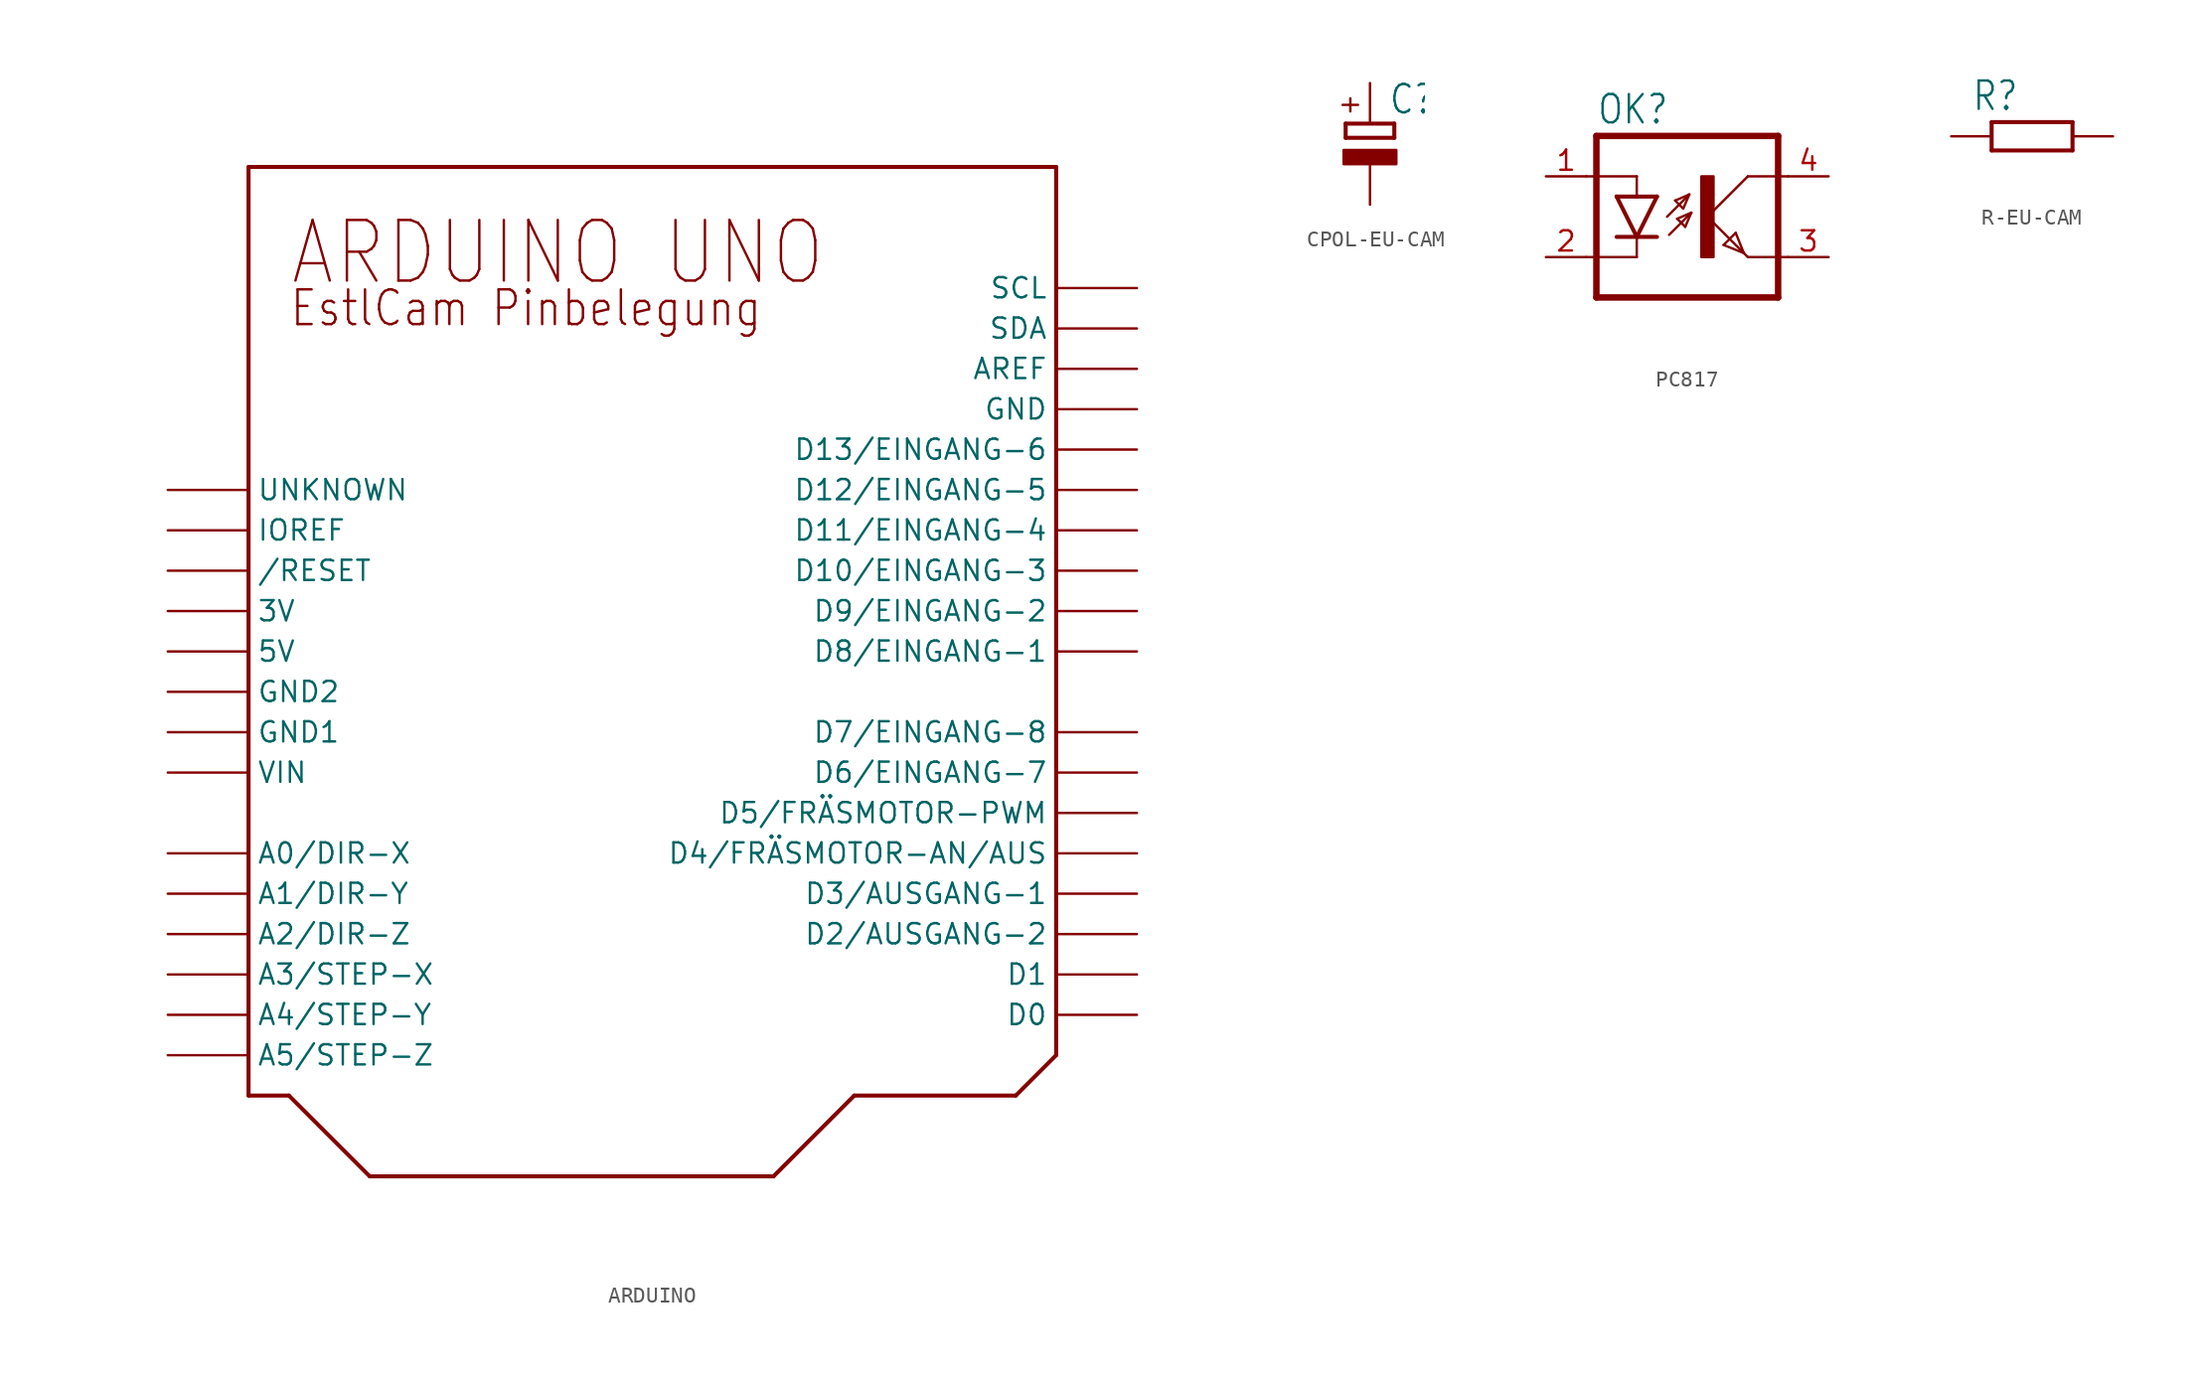
<source format=kicad_sym>
(kicad_symbol_lib
  (version 20220914)
  (generator kicad_symbol_editor)
  (symbol "ARDUINO"
    (property "Reference" "IC"
      (at 0 0 0)
      (effects (font (size 1.27 1.27)) hide))
    (property "ki_locked" ""
      (at 0 0 0)
      (effects (font (size 1.27 1.27))))
    (symbol "ARDUINO_1_0"
      (polyline (pts (xy -25.4 -27.94) (xy -22.86 -27.94)) (stroke (width 0.254) (type solid)) (fill (type none)))
      (polyline (pts (xy -25.4 30.48) (xy -25.4 -27.94)) (stroke (width 0.254) (type solid)) (fill (type none)))
      (polyline (pts (xy -22.86 -27.94) (xy -17.78 -33.02)) (stroke (width 0.254) (type solid)) (fill (type none)))
      (polyline (pts (xy -17.78 -33.02) (xy 7.62 -33.02)) (stroke (width 0.254) (type solid)) (fill (type none)))
      (polyline (pts (xy 7.62 -33.02) (xy 12.7 -27.94)) (stroke (width 0.254) (type solid)) (fill (type none)))
      (polyline (pts (xy 12.7 -27.94) (xy 22.86 -27.94)) (stroke (width 0.254) (type solid)) (fill (type none)))
      (polyline (pts (xy 22.86 -27.94) (xy 25.4 -25.4)) (stroke (width 0.254) (type solid)) (fill (type none)))
      (polyline (pts (xy 25.4 -25.4) (xy 25.4 30.48)) (stroke (width 0.254) (type solid)) (fill (type none)))
      (polyline (pts (xy 25.4 30.48) (xy -25.4 30.48)) (stroke (width 0.254) (type solid)) (fill (type none)))
      (text "ARDUINO UNO" (at -22.86 22.86 0) (effects (font (size 3.81 3.239)) (justify left bottom)))
      (text "EstlCam Pinbelegung" (at -22.86 20.32 0) (effects (font (size 2.184 1.857)) (justify left bottom)))
      (pin bidirectional line (at -30.48 10.16 0) (length 5.08) (name "UNKNOWN" (effects (font (size 1.27 1.27)))) (number "!KNOW1" (effects (font (size 0 0)))))
      (pin power_in line (at -30.48 2.54 0) (length 5.08) (name "3V" (effects (font (size 1.27 1.27)))) (number "3V" (effects (font (size 0 0)))))
      (pin power_in line (at -30.48 0 0) (length 5.08) (name "5V" (effects (font (size 1.27 1.27)))) (number "5V" (effects (font (size 0 0)))))
      (pin bidirectional line (at -30.48 -12.7 0) (length 5.08) (name "A0/DIR-X" (effects (font (size 1.27 1.27)))) (number "A0" (effects (font (size 0 0)))))
      (pin bidirectional line (at -30.48 -15.24 0) (length 5.08) (name "A1/DIR-Y" (effects (font (size 1.27 1.27)))) (number "A1" (effects (font (size 0 0)))))
      (pin bidirectional line (at -30.48 -17.78 0) (length 5.08) (name "A2/DIR-Z" (effects (font (size 1.27 1.27)))) (number "A2" (effects (font (size 0 0)))))
      (pin bidirectional line (at -30.48 -20.32 0) (length 5.08) (name "A3/STEP-X" (effects (font (size 1.27 1.27)))) (number "A3" (effects (font (size 0 0)))))
      (pin bidirectional line (at -30.48 -22.86 0) (length 5.08) (name "A4/STEP-Y" (effects (font (size 1.27 1.27)))) (number "A4" (effects (font (size 0 0)))))
      (pin bidirectional line (at -30.48 -25.4 0) (length 5.08) (name "A5/STEP-Z" (effects (font (size 1.27 1.27)))) (number "A5" (effects (font (size 0 0)))))
      (pin bidirectional line (at 30.48 17.78 180) (length 5.08) (name "AREF" (effects (font (size 1.27 1.27)))) (number "AREF" (effects (font (size 0 0)))))
      (pin bidirectional line (at 30.48 -22.86 180) (length 5.08) (name "D0" (effects (font (size 1.27 1.27)))) (number "D0" (effects (font (size 0 0)))))
      (pin bidirectional line (at 30.48 -20.32 180) (length 5.08) (name "D1" (effects (font (size 1.27 1.27)))) (number "D1" (effects (font (size 0 0)))))
      (pin bidirectional line (at 30.48 5.08 180) (length 5.08) (name "D10/EINGANG-3" (effects (font (size 1.27 1.27)))) (number "D10" (effects (font (size 0 0)))))
      (pin bidirectional line (at 30.48 7.62 180) (length 5.08) (name "D11/EINGANG-4" (effects (font (size 1.27 1.27)))) (number "D11" (effects (font (size 0 0)))))
      (pin bidirectional line (at 30.48 10.16 180) (length 5.08) (name "D12/EINGANG-5" (effects (font (size 1.27 1.27)))) (number "D12" (effects (font (size 0 0)))))
      (pin bidirectional line (at 30.48 12.7 180) (length 5.08) (name "D13/EINGANG-6" (effects (font (size 1.27 1.27)))) (number "D13" (effects (font (size 0 0)))))
      (pin bidirectional line (at 30.48 -17.78 180) (length 5.08) (name "D2/AUSGANG-2" (effects (font (size 1.27 1.27)))) (number "D2" (effects (font (size 0 0)))))
      (pin bidirectional line (at 30.48 -15.24 180) (length 5.08) (name "D3/AUSGANG-1" (effects (font (size 1.27 1.27)))) (number "D3" (effects (font (size 0 0)))))
      (pin bidirectional line (at 30.48 -12.7 180) (length 5.08) (name "D4/FRÄSMOTOR-AN/AUS" (effects (font (size 1.27 1.27)))) (number "D4" (effects (font (size 0 0)))))
      (pin bidirectional line (at 30.48 -10.16 180) (length 5.08) (name "D5/FRÄSMOTOR-PWM" (effects (font (size 1.27 1.27)))) (number "D5" (effects (font (size 0 0)))))
      (pin bidirectional line (at 30.48 -7.62 180) (length 5.08) (name "D6/EINGANG-7" (effects (font (size 1.27 1.27)))) (number "D6" (effects (font (size 0 0)))))
      (pin bidirectional line (at 30.48 -5.08 180) (length 5.08) (name "D7/EINGANG-8" (effects (font (size 1.27 1.27)))) (number "D7" (effects (font (size 0 0)))))
      (pin bidirectional line (at 30.48 0 180) (length 5.08) (name "D8/EINGANG-1" (effects (font (size 1.27 1.27)))) (number "D8" (effects (font (size 0 0)))))
      (pin bidirectional line (at 30.48 2.54 180) (length 5.08) (name "D9/EINGANG-2" (effects (font (size 1.27 1.27)))) (number "D9" (effects (font (size 0 0)))))
      (pin power_in line (at 30.48 15.24 180) (length 5.08) (name "GND" (effects (font (size 1.27 1.27)))) (number "GND" (effects (font (size 0 0)))))
      (pin power_in line (at -30.48 -5.08 0) (length 5.08) (name "GND1" (effects (font (size 1.27 1.27)))) (number "GND1" (effects (font (size 0 0)))))
      (pin power_in line (at -30.48 -2.54 0) (length 5.08) (name "GND2" (effects (font (size 1.27 1.27)))) (number "GND2" (effects (font (size 0 0)))))
      (pin bidirectional line (at -30.48 7.62 0) (length 5.08) (name "IOREF" (effects (font (size 1.27 1.27)))) (number "IOREF" (effects (font (size 0 0)))))
      (pin bidirectional line (at -30.48 5.08 0) (length 5.08) (name "/RESET" (effects (font (size 1.27 1.27)))) (number "RESET" (effects (font (size 0 0)))))
      (pin bidirectional line (at 30.48 22.86 180) (length 5.08) (name "SCL" (effects (font (size 1.27 1.27)))) (number "SCL" (effects (font (size 0 0)))))
      (pin bidirectional line (at 30.48 20.32 180) (length 5.08) (name "SDA" (effects (font (size 1.27 1.27)))) (number "SDA" (effects (font (size 0 0)))))
      (pin power_in line (at -30.48 -7.62 0) (length 5.08) (name "VIN" (effects (font (size 1.27 1.27)))) (number "VIN" (effects (font (size 0 0)))))))
  (symbol "CPOL-EU-CAM"
    (property "Reference" "C"
      (at 1.143 0.483 0)
      (effects (font (size 1.778 1.511)) (justify left bottom)))
    (property "Value" ""
      (at 1.143 -4.597 0)
      (effects (font (size 1.778 1.511)) (justify left bottom)))
    (property "ki_locked" ""
      (at 0 0 0)
      (effects (font (size 1.27 1.27))))
    (symbol "CPOL-EU-CAM_1_0"
      (rectangle (start -1.651 -2.54) (end 1.651 -1.651) (stroke (width 0) (type default)) (fill (type outline)))
      (polyline (pts (xy -1.524 -0.889) (xy 1.524 -0.889)) (stroke (width 0.254) (type solid)) (fill (type none)))
      (polyline (pts (xy -1.524 0) (xy -1.524 -0.889)) (stroke (width 0.254) (type solid)) (fill (type none)))
      (polyline (pts (xy -1.524 0) (xy 1.524 0)) (stroke (width 0.254) (type solid)) (fill (type none)))
      (polyline (pts (xy 1.524 -0.889) (xy 1.524 0)) (stroke (width 0.254) (type solid)) (fill (type none)))
      (text "+" (at -0.584 0.406 900) (effects (font (size 1.27 1.079)) (justify left bottom)))
      (pin passive line (at 0 2.54 270) (length 2.54) (name "+" (effects (font (size 0 0)))) (number "+" (effects (font (size 0 0)))))
      (pin passive line (at 0 -5.08 90) (length 2.54) (name "-" (effects (font (size 0 0)))) (number "-" (effects (font (size 0 0)))))))
  (symbol "PC817"
    (property "Reference" "OK"
      (at -6.985 5.715 0)
      (effects (font (size 1.778 1.511)) (justify left bottom)))
    (property "Value" ""
      (at -6.985 -7.62 0)
      (effects (font (size 1.778 1.511)) (justify left bottom)))
    (property "ki_locked" ""
      (at 0 0 0)
      (effects (font (size 1.27 1.27))))
    (symbol "PC817_1_0"
      (rectangle (start -0.381 -2.54) (end 0.381 2.54) (stroke (width 0) (type default)) (fill (type outline)))
      (polyline (pts (xy -6.985 -5.08) (xy 4.445 -5.08)) (stroke (width 0.406) (type solid)) (fill (type none)))
      (polyline (pts (xy -6.985 5.08) (xy -6.985 -5.08)) (stroke (width 0.406) (type solid)) (fill (type none)))
      (polyline (pts (xy -6.985 5.08) (xy 4.445 5.08)) (stroke (width 0.406) (type solid)) (fill (type none)))
      (polyline (pts (xy -4.445 -2.54) (xy -7.62 -2.54)) (stroke (width 0.152) (type solid)) (fill (type none)))
      (polyline (pts (xy -4.445 -1.27) (xy -5.715 -1.27)) (stroke (width 0.254) (type solid)) (fill (type none)))
      (polyline (pts (xy -4.445 -1.27) (xy -5.715 1.27)) (stroke (width 0.254) (type solid)) (fill (type none)))
      (polyline (pts (xy -4.445 -1.27) (xy -4.445 -2.54)) (stroke (width 0.152) (type solid)) (fill (type none)))
      (polyline (pts (xy -4.445 1.27) (xy -5.715 1.27)) (stroke (width 0.254) (type solid)) (fill (type none)))
      (polyline (pts (xy -4.445 2.54) (xy -7.62 2.54)) (stroke (width 0.152) (type solid)) (fill (type none)))
      (polyline (pts (xy -4.445 2.54) (xy -4.445 1.27)) (stroke (width 0.152) (type solid)) (fill (type none)))
      (polyline (pts (xy -3.175 -1.27) (xy -4.445 -1.27)) (stroke (width 0.254) (type solid)) (fill (type none)))
      (polyline (pts (xy -3.175 1.27) (xy -4.445 -1.27)) (stroke (width 0.254) (type solid)) (fill (type none)))
      (polyline (pts (xy -3.175 1.27) (xy -4.445 1.27)) (stroke (width 0.254) (type solid)) (fill (type none)))
      (polyline (pts (xy -2.54 0) (xy -1.143 1.397)) (stroke (width 0.152) (type solid)) (fill (type none)))
      (polyline (pts (xy -2.413 -1.143) (xy -1.016 0.254)) (stroke (width 0.152) (type solid)) (fill (type none)))
      (polyline (pts (xy -2.032 1.016) (xy -1.524 0.508)) (stroke (width 0.152) (type solid)) (fill (type none)))
      (polyline (pts (xy -1.905 -0.127) (xy -1.397 -0.635)) (stroke (width 0.152) (type solid)) (fill (type none)))
      (polyline (pts (xy -1.524 0.508) (xy -1.143 1.397)) (stroke (width 0.152) (type solid)) (fill (type none)))
      (polyline (pts (xy -1.397 -0.635) (xy -1.016 0.254)) (stroke (width 0.152) (type solid)) (fill (type none)))
      (polyline (pts (xy -1.143 1.397) (xy -2.032 1.016)) (stroke (width 0.152) (type solid)) (fill (type none)))
      (polyline (pts (xy -1.016 0.254) (xy -1.905 -0.127)) (stroke (width 0.152) (type solid)) (fill (type none)))
      (polyline (pts (xy 0 0) (xy 2.286 -2.286)) (stroke (width 0.152) (type solid)) (fill (type none)))
      (polyline (pts (xy 1.016 -1.778) (xy 1.778 -1.016)) (stroke (width 0.152) (type solid)) (fill (type none)))
      (polyline (pts (xy 1.778 -1.016) (xy 2.286 -2.286)) (stroke (width 0.152) (type solid)) (fill (type none)))
      (polyline (pts (xy 2.286 -2.286) (xy 1.016 -1.778)) (stroke (width 0.152) (type solid)) (fill (type none)))
      (polyline (pts (xy 2.286 -2.286) (xy 2.54 -2.54)) (stroke (width 0.152) (type solid)) (fill (type none)))
      (polyline (pts (xy 2.54 -2.54) (xy 5.08 -2.54)) (stroke (width 0.152) (type solid)) (fill (type none)))
      (polyline (pts (xy 2.54 2.54) (xy 0 0)) (stroke (width 0.152) (type solid)) (fill (type none)))
      (polyline (pts (xy 2.54 2.54) (xy 5.08 2.54)) (stroke (width 0.152) (type solid)) (fill (type none)))
      (polyline (pts (xy 4.445 5.08) (xy 4.445 -5.08)) (stroke (width 0.406) (type solid)) (fill (type none)))
      (pin passive line (at -10.16 2.54 0) (length 2.54) (name "A" (effects (font (size 0 0)))) (number "1" (effects (font (size 1.27 1.27)))))
      (pin passive line (at -10.16 -2.54 0) (length 2.54) (name "C" (effects (font (size 0 0)))) (number "2" (effects (font (size 1.27 1.27)))))
      (pin passive line (at 7.62 -2.54 180) (length 2.54) (name "EMIT" (effects (font (size 0 0)))) (number "3" (effects (font (size 1.27 1.27)))))
      (pin passive line (at 7.62 2.54 180) (length 2.54) (name "COL" (effects (font (size 0 0)))) (number "4" (effects (font (size 1.27 1.27)))))))
  (symbol "R-EU-CAM"
    (property "Reference" "R"
      (at -3.81 1.499 0)
      (effects (font (size 1.778 1.511)) (justify left bottom)))
    (property "Value" ""
      (at -3.81 -3.302 0)
      (effects (font (size 1.778 1.511)) (justify left bottom)))
    (property "ki_locked" ""
      (at 0 0 0)
      (effects (font (size 1.27 1.27))))
    (symbol "R-EU-CAM_1_0"
      (polyline (pts (xy -2.54 -0.889) (xy -2.54 0.889)) (stroke (width 0.254) (type solid)) (fill (type none)))
      (polyline (pts (xy -2.54 -0.889) (xy 2.54 -0.889)) (stroke (width 0.254) (type solid)) (fill (type none)))
      (polyline (pts (xy 2.54 -0.889) (xy 2.54 0.889)) (stroke (width 0.254) (type solid)) (fill (type none)))
      (polyline (pts (xy 2.54 0.889) (xy -2.54 0.889)) (stroke (width 0.254) (type solid)) (fill (type none)))
      (pin passive line (at -5.08 0 0) (length 2.54) (name "1" (effects (font (size 0 0)))) (number "1" (effects (font (size 0 0)))))
      (pin passive line (at 5.08 0 180) (length 2.54) (name "2" (effects (font (size 0 0)))) (number "2" (effects (font (size 0 0))))))))
</source>
